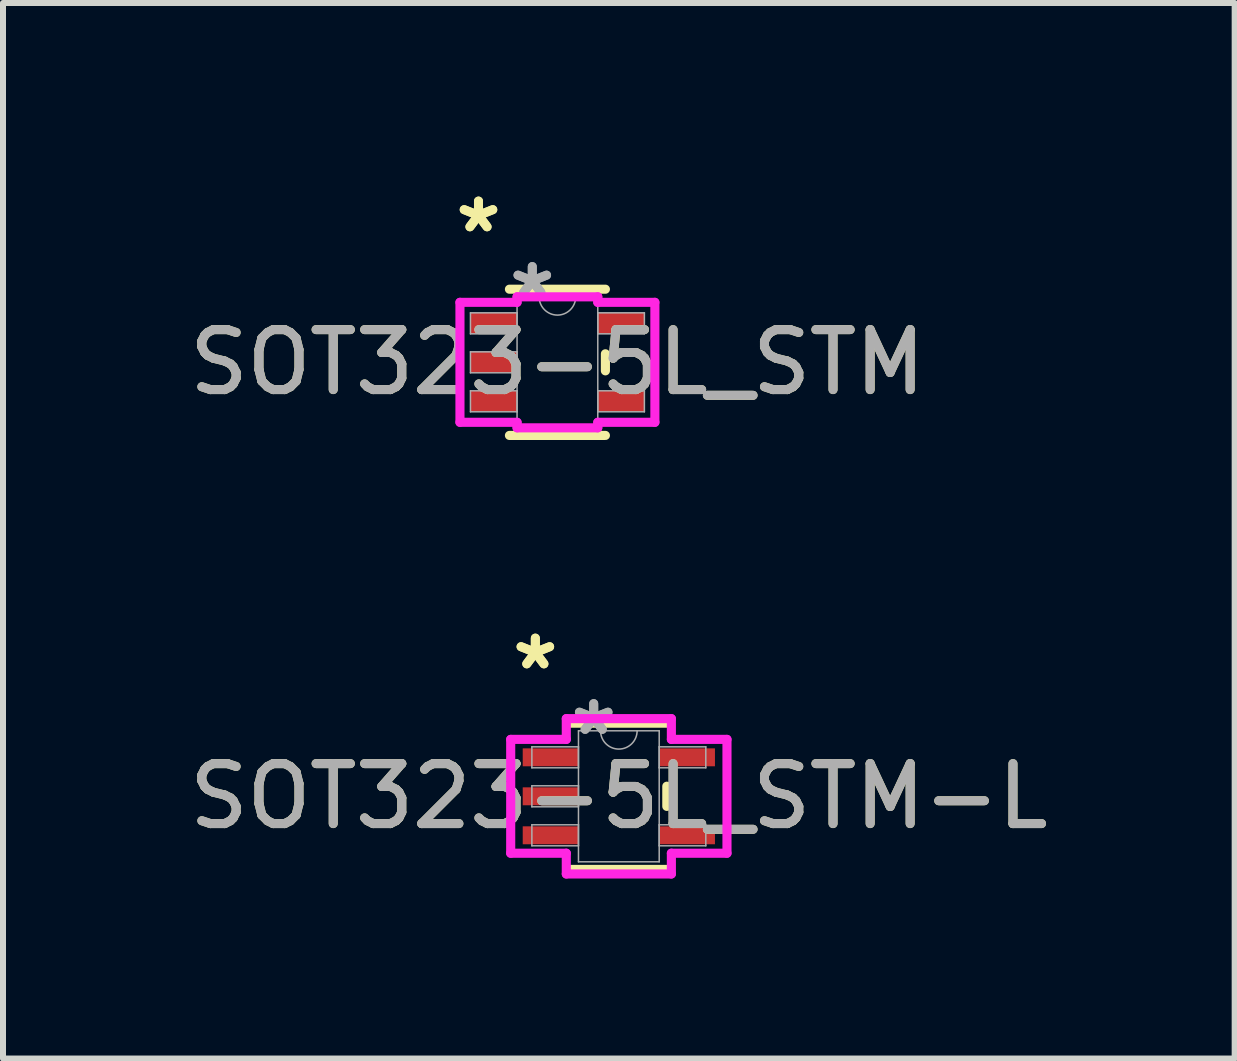
<source format=kicad_pcb>
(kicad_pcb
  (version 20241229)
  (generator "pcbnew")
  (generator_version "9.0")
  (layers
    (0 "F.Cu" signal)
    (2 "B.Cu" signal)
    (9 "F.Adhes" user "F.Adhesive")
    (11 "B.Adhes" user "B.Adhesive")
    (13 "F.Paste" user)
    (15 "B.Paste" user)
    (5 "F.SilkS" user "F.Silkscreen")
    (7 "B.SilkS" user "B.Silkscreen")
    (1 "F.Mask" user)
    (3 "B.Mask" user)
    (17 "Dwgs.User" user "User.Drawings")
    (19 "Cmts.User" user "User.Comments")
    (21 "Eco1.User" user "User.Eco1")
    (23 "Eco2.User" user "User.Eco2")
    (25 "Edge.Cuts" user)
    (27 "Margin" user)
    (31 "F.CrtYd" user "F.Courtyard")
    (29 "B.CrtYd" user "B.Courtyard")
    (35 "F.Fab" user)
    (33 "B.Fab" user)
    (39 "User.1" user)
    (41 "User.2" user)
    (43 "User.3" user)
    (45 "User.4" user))
  (footprint "SOT323-5L_STM-L"
    (layer "F.Cu")
    (at 7.268 10.227)
    (property "Reference" "SOT323-5L_STM-L" (at 0 0 0) (unlocked yes) (layer "F.SilkS") (effects (font (size 1 1) (thickness 0.15))))
    (attr smd)
    (fp_line (start -0.8 1.219) (end 0.8 1.219) (stroke (width 0.152) (type solid)) (layer "F.SilkS"))
    (fp_line (start 0.8 -1.219) (end -0.8 -1.219) (stroke (width 0.152) (type solid)) (layer "F.SilkS"))
    (fp_line (start 0.8 0.168) (end 0.8 -0.168) (stroke (width 0.152) (type solid)) (layer "F.SilkS"))
    (fp_line (start -1.803 -0.949) (end -0.876 -0.949) (stroke (width 0.152) (type solid)) (layer "F.CrtYd"))
    (fp_line (start -1.803 0.949) (end -1.803 -0.949) (stroke (width 0.152) (type solid)) (layer "F.CrtYd"))
    (fp_line (start -0.876 -1.295) (end 0.876 -1.295) (stroke (width 0.152) (type solid)) (layer "F.CrtYd"))
    (fp_line (start -0.876 -0.949) (end -0.876 -1.295) (stroke (width 0.152) (type solid)) (layer "F.CrtYd"))
    (fp_line (start -0.876 0.949) (end -1.803 0.949) (stroke (width 0.152) (type solid)) (layer "F.CrtYd"))
    (fp_line (start -0.876 1.295) (end -0.876 0.949) (stroke (width 0.152) (type solid)) (layer "F.CrtYd"))
    (fp_line (start 0.876 -1.295) (end 0.876 -0.949) (stroke (width 0.152) (type solid)) (layer "F.CrtYd"))
    (fp_line (start 0.876 -0.949) (end 1.803 -0.949) (stroke (width 0.152) (type solid)) (layer "F.CrtYd"))
    (fp_line (start 0.876 0.949) (end 0.876 1.295) (stroke (width 0.152) (type solid)) (layer "F.CrtYd"))
    (fp_line (start 0.876 1.295) (end -0.876 1.295) (stroke (width 0.152) (type solid)) (layer "F.CrtYd"))
    (fp_line (start 1.803 -0.949) (end 1.803 0.949) (stroke (width 0.152) (type solid)) (layer "F.CrtYd"))
    (fp_line (start 1.803 0.949) (end 0.876 0.949) (stroke (width 0.152) (type solid)) (layer "F.CrtYd"))
    (fp_line (start -1.45 -0.825) (end -1.45 -0.475) (stroke (width 0.025) (type solid)) (layer "F.Fab"))
    (fp_line (start -1.45 -0.475) (end -0.673 -0.475) (stroke (width 0.025) (type solid)) (layer "F.Fab"))
    (fp_line (start -1.45 -0.175) (end -1.45 0.175) (stroke (width 0.025) (type solid)) (layer "F.Fab"))
    (fp_line (start -1.45 0.175) (end -0.673 0.175) (stroke (width 0.025) (type solid)) (layer "F.Fab"))
    (fp_line (start -1.45 0.475) (end -1.45 0.825) (stroke (width 0.025) (type solid)) (layer "F.Fab"))
    (fp_line (start -1.45 0.825) (end -0.673 0.825) (stroke (width 0.025) (type solid)) (layer "F.Fab"))
    (fp_line (start -0.673 -1.092) (end -0.673 1.092) (stroke (width 0.025) (type solid)) (layer "F.Fab"))
    (fp_line (start -0.673 -0.825) (end -1.45 -0.825) (stroke (width 0.025) (type solid)) (layer "F.Fab"))
    (fp_line (start -0.673 -0.475) (end -0.673 -0.825) (stroke (width 0.025) (type solid)) (layer "F.Fab"))
    (fp_line (start -0.673 -0.175) (end -1.45 -0.175) (stroke (width 0.025) (type solid)) (layer "F.Fab"))
    (fp_line (start -0.673 0.175) (end -0.673 -0.175) (stroke (width 0.025) (type solid)) (layer "F.Fab"))
    (fp_line (start -0.673 0.475) (end -1.45 0.475) (stroke (width 0.025) (type solid)) (layer "F.Fab"))
    (fp_line (start -0.673 0.825) (end -0.673 0.475) (stroke (width 0.025) (type solid)) (layer "F.Fab"))
    (fp_line (start -0.673 1.092) (end 0.673 1.092) (stroke (width 0.025) (type solid)) (layer "F.Fab"))
    (fp_line (start 0.673 -1.092) (end -0.673 -1.092) (stroke (width 0.025) (type solid)) (layer "F.Fab"))
    (fp_line (start 0.673 -0.825) (end 0.673 -0.475) (stroke (width 0.025) (type solid)) (layer "F.Fab"))
    (fp_line (start 0.673 -0.475) (end 1.45 -0.475) (stroke (width 0.025) (type solid)) (layer "F.Fab"))
    (fp_line (start 0.673 0.475) (end 0.673 0.825) (stroke (width 0.025) (type solid)) (layer "F.Fab"))
    (fp_line (start 0.673 0.825) (end 1.45 0.825) (stroke (width 0.025) (type solid)) (layer "F.Fab"))
    (fp_line (start 0.673 1.092) (end 0.673 -1.092) (stroke (width 0.025) (type solid)) (layer "F.Fab"))
    (fp_line (start 1.45 -0.825) (end 0.673 -0.825) (stroke (width 0.025) (type solid)) (layer "F.Fab"))
    (fp_line (start 1.45 -0.475) (end 1.45 -0.825) (stroke (width 0.025) (type solid)) (layer "F.Fab"))
    (fp_line (start 1.45 0.475) (end 0.673 0.475) (stroke (width 0.025) (type solid)) (layer "F.Fab"))
    (fp_line (start 1.45 0.825) (end 1.45 0.475) (stroke (width 0.025) (type solid)) (layer "F.Fab"))
    (fp_arc (start 0.3048 -1.0922) (mid 0 -0.7874) (end -0.3048 -1.0922) (stroke (width 0.0254) (type solid)) (layer "F.Fab"))
    (fp_text user "*" (at -1.392 -2.092 0) (layer "F.SilkS") (effects (font (size 1 1) (thickness 0.15))))
    (fp_text user "*" (at -1.392 -2.092 0) (unlocked yes) (layer "F.SilkS") (effects (font (size 1 1) (thickness 0.15))))
    (fp_text user "*" (at -0.419 -1 0) (layer "F.Fab") (effects (font (size 1 1) (thickness 0.15))))
    (fp_text user "*" (at -0.419 -1 0) (unlocked yes) (layer "F.Fab") (effects (font (size 1 1) (thickness 0.15))))
    (fp_text user "${REFERENCE}" (at 0 0 0) (unlocked yes) (layer "F.Fab") (effects (font (size 1 1) (thickness 0.15))))
    (pad "1" smd rect (at -1.138 -0.65) (size 0.929 0.299) (layers "F.Cu" "F.Mask" "F.Paste"))
    (pad "2" smd rect (at -1.138 0) (size 0.929 0.299) (layers "F.Cu" "F.Mask" "F.Paste"))
    (pad "3" smd rect (at -1.138 0.65) (size 0.929 0.299) (layers "F.Cu" "F.Mask" "F.Paste"))
    (pad "4" smd rect (at 1.138 0.65) (size 0.929 0.299) (layers "F.Cu" "F.Mask" "F.Paste"))
    (pad "5" smd rect (at 1.138 -0.65) (size 0.929 0.299) (layers "F.Cu" "F.Mask" "F.Paste")))
  (footprint "SOT323-5L_STM"
    (layer "F.Cu")
    (at 6.244 2.991)
    (property "Reference" "SOT323-5L_STM" (at 0 0 0) (unlocked yes) (layer "F.SilkS") (effects (font (size 1 1) (thickness 0.15))))
    (attr smd)
    (fp_line (start -0.8 1.219) (end 0.8 1.219) (stroke (width 0.152) (type solid)) (layer "F.SilkS"))
    (fp_line (start 0.8 -1.219) (end -0.8 -1.219) (stroke (width 0.152) (type solid)) (layer "F.SilkS"))
    (fp_line (start 0.8 0.142) (end 0.8 -0.142) (stroke (width 0.152) (type solid)) (layer "F.SilkS"))
    (fp_line (start -1.625 -1) (end -0.673 -1) (stroke (width 0.152) (type solid)) (layer "F.CrtYd"))
    (fp_line (start -1.625 1) (end -1.625 -1) (stroke (width 0.152) (type solid)) (layer "F.CrtYd"))
    (fp_line (start -0.673 -1.092) (end 0.673 -1.092) (stroke (width 0.152) (type solid)) (layer "F.CrtYd"))
    (fp_line (start -0.673 -1) (end -0.673 -1.092) (stroke (width 0.152) (type solid)) (layer "F.CrtYd"))
    (fp_line (start -0.673 1) (end -1.625 1) (stroke (width 0.152) (type solid)) (layer "F.CrtYd"))
    (fp_line (start -0.673 1.092) (end -0.673 1) (stroke (width 0.152) (type solid)) (layer "F.CrtYd"))
    (fp_line (start 0.673 -1.092) (end 0.673 -1) (stroke (width 0.152) (type solid)) (layer "F.CrtYd"))
    (fp_line (start 0.673 -1) (end 1.625 -1) (stroke (width 0.152) (type solid)) (layer "F.CrtYd"))
    (fp_line (start 0.673 1) (end 0.673 1.092) (stroke (width 0.152) (type solid)) (layer "F.CrtYd"))
    (fp_line (start 0.673 1.092) (end -0.673 1.092) (stroke (width 0.152) (type solid)) (layer "F.CrtYd"))
    (fp_line (start 1.625 -1) (end 1.625 1) (stroke (width 0.152) (type solid)) (layer "F.CrtYd"))
    (fp_line (start 1.625 1) (end 0.673 1) (stroke (width 0.152) (type solid)) (layer "F.CrtYd"))
    (fp_line (start -1.45 -0.825) (end -1.45 -0.475) (stroke (width 0.025) (type solid)) (layer "F.Fab"))
    (fp_line (start -1.45 -0.475) (end -0.673 -0.475) (stroke (width 0.025) (type solid)) (layer "F.Fab"))
    (fp_line (start -1.45 -0.175) (end -1.45 0.175) (stroke (width 0.025) (type solid)) (layer "F.Fab"))
    (fp_line (start -1.45 0.175) (end -0.673 0.175) (stroke (width 0.025) (type solid)) (layer "F.Fab"))
    (fp_line (start -1.45 0.475) (end -1.45 0.825) (stroke (width 0.025) (type solid)) (layer "F.Fab"))
    (fp_line (start -1.45 0.825) (end -0.673 0.825) (stroke (width 0.025) (type solid)) (layer "F.Fab"))
    (fp_line (start -0.673 -1.092) (end -0.673 1.092) (stroke (width 0.025) (type solid)) (layer "F.Fab"))
    (fp_line (start -0.673 -0.825) (end -1.45 -0.825) (stroke (width 0.025) (type solid)) (layer "F.Fab"))
    (fp_line (start -0.673 -0.475) (end -0.673 -0.825) (stroke (width 0.025) (type solid)) (layer "F.Fab"))
    (fp_line (start -0.673 -0.175) (end -1.45 -0.175) (stroke (width 0.025) (type solid)) (layer "F.Fab"))
    (fp_line (start -0.673 0.175) (end -0.673 -0.175) (stroke (width 0.025) (type solid)) (layer "F.Fab"))
    (fp_line (start -0.673 0.475) (end -1.45 0.475) (stroke (width 0.025) (type solid)) (layer "F.Fab"))
    (fp_line (start -0.673 0.825) (end -0.673 0.475) (stroke (width 0.025) (type solid)) (layer "F.Fab"))
    (fp_line (start -0.673 1.092) (end 0.673 1.092) (stroke (width 0.025) (type solid)) (layer "F.Fab"))
    (fp_line (start 0.673 -1.092) (end -0.673 -1.092) (stroke (width 0.025) (type solid)) (layer "F.Fab"))
    (fp_line (start 0.673 -0.825) (end 0.673 -0.475) (stroke (width 0.025) (type solid)) (layer "F.Fab"))
    (fp_line (start 0.673 -0.475) (end 1.45 -0.475) (stroke (width 0.025) (type solid)) (layer "F.Fab"))
    (fp_line (start 0.673 0.475) (end 0.673 0.825) (stroke (width 0.025) (type solid)) (layer "F.Fab"))
    (fp_line (start 0.673 0.825) (end 1.45 0.825) (stroke (width 0.025) (type solid)) (layer "F.Fab"))
    (fp_line (start 0.673 1.092) (end 0.673 -1.092) (stroke (width 0.025) (type solid)) (layer "F.Fab"))
    (fp_line (start 1.45 -0.825) (end 0.673 -0.825) (stroke (width 0.025) (type solid)) (layer "F.Fab"))
    (fp_line (start 1.45 -0.475) (end 1.45 -0.825) (stroke (width 0.025) (type solid)) (layer "F.Fab"))
    (fp_line (start 1.45 0.475) (end 0.673 0.475) (stroke (width 0.025) (type solid)) (layer "F.Fab"))
    (fp_line (start 1.45 0.825) (end 1.45 0.475) (stroke (width 0.025) (type solid)) (layer "F.Fab"))
    (fp_arc (start 0.3048 -1.0922) (mid 0 -0.7874) (end -0.3048 -1.0922) (stroke (width 0.0254) (type solid)) (layer "F.Fab"))
    (fp_text user "*" (at -1.316 -2.143 0) (layer "F.SilkS") (effects (font (size 1 1) (thickness 0.15))))
    (fp_text user "*" (at -1.316 -2.143 0) (unlocked yes) (layer "F.SilkS") (effects (font (size 1 1) (thickness 0.15))))
    (fp_text user "${REFERENCE}" (at 0 0 0) (unlocked yes) (layer "F.Fab") (effects (font (size 1 1) (thickness 0.15))))
    (fp_text user "*" (at -0.419 -1.051 0) (unlocked yes) (layer "F.Fab") (effects (font (size 1 1) (thickness 0.15))))
    (fp_text user "*" (at -0.419 -1.051 0) (layer "F.Fab") (effects (font (size 1 1) (thickness 0.15))))
    (pad "1" smd rect (at -1.062 -0.65) (size 0.777 0.35) (layers "F.Cu" "F.Mask" "F.Paste"))
    (pad "2" smd rect (at -1.062 0) (size 0.777 0.35) (layers "F.Cu" "F.Mask" "F.Paste"))
    (pad "3" smd rect (at -1.062 0.65) (size 0.777 0.35) (layers "F.Cu" "F.Mask" "F.Paste"))
    (pad "4" smd rect (at 1.062 0.65) (size 0.777 0.35) (layers "F.Cu" "F.Mask" "F.Paste"))
    (pad "5" smd rect (at 1.062 -0.65) (size 0.777 0.35) (layers "F.Cu" "F.Mask" "F.Paste")))
  (gr_rect
    (start -3 -3)
    (end 17.536 14.599)
    (stroke (width 0.1) (type default))
    (fill no)
    (layer "Edge.Cuts")))
</source>
